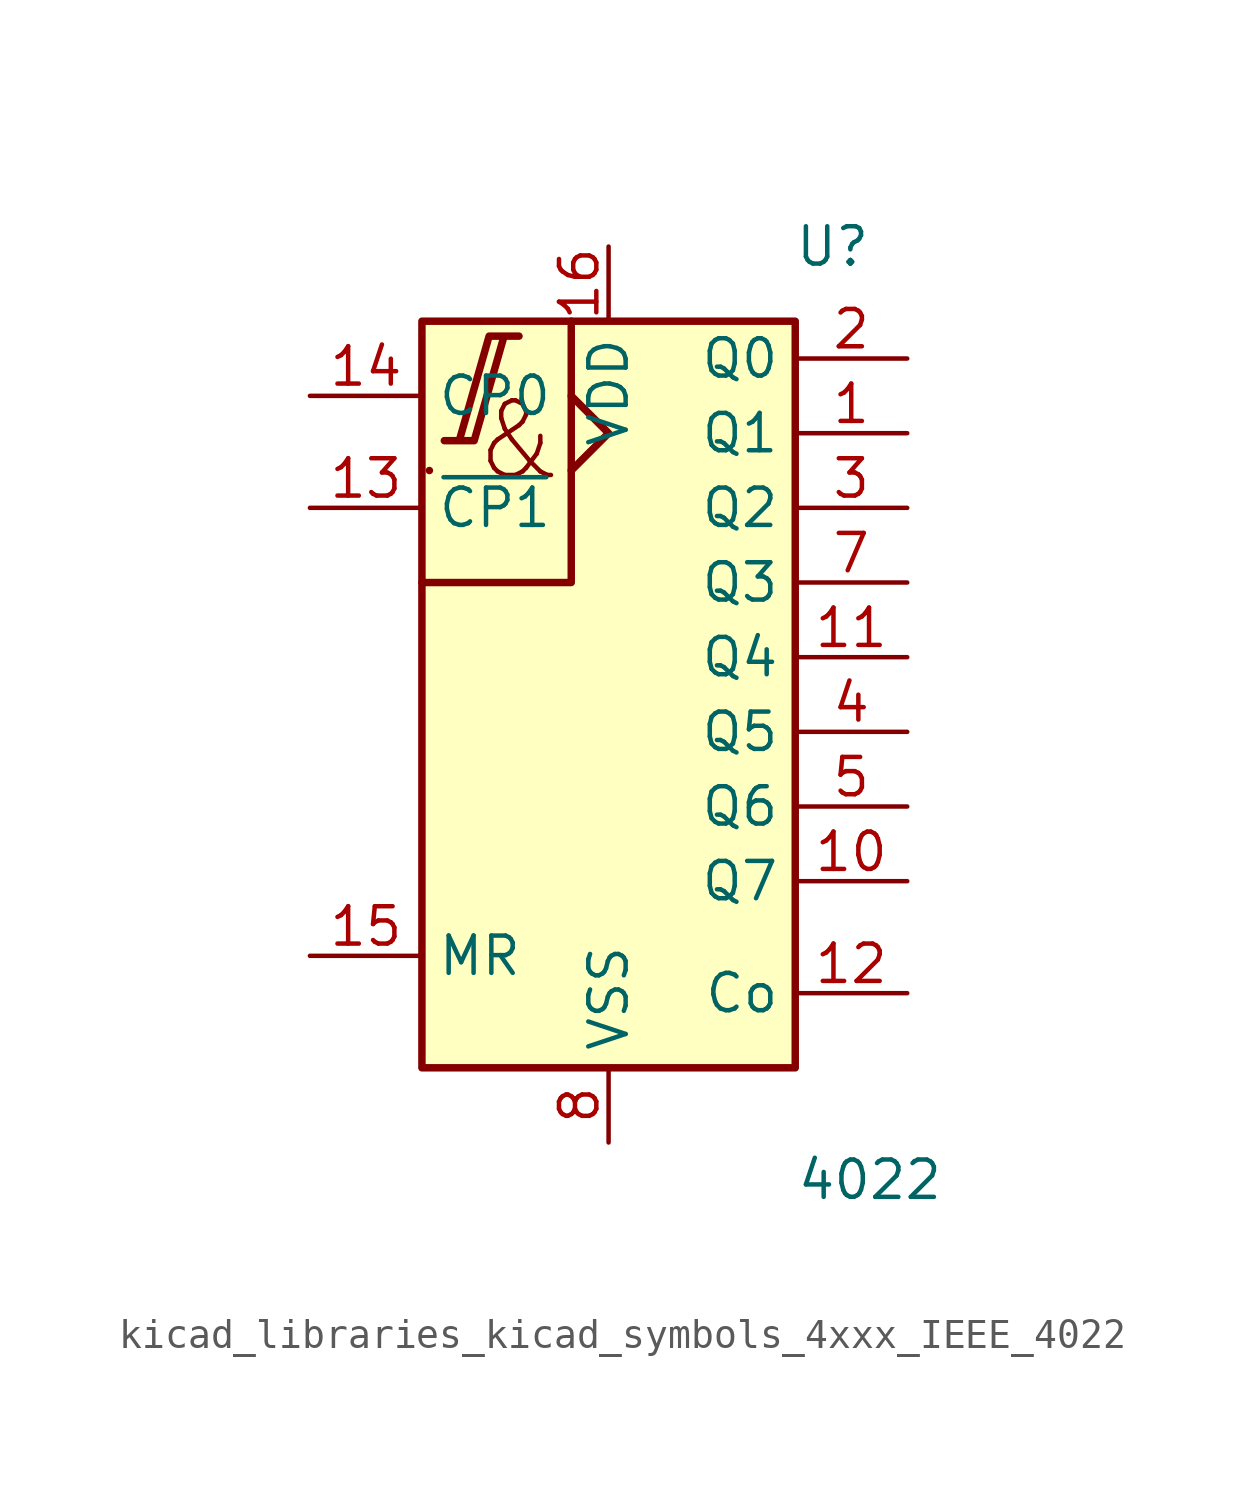
<source format=kicad_sym>
(kicad_symbol_lib
  (version 20220914)
  (generator kicad_symbol_editor)
  (symbol "kicad_libraries_kicad_symbols_4xxx_IEEE_4022"
    (property "Reference" "U"
      (at 7.62 15.24 0)
      (effects (font (size 1.27 1.27))))
    (property "Value" "4022"
      (at 8.89 -16.51 0)
      (effects (font (size 1.27 1.27))))
    (symbol "kicad_libraries_kicad_symbols_4xxx_IEEE_4022_0_0"
      (polyline (pts (xy -6.096 7.62) (xy -6.096 7.62) (xy -6.096 7.62) (xy -6.096 7.62)) (stroke (width 0.254) (type default)) (fill (type background)))
      (polyline (pts (xy -1.27 10.16) (xy 0 8.89) (xy -1.27 7.62) (xy -1.27 7.62)) (stroke (width 0.254) (type default)) (fill (type background)))
      (polyline (pts (xy -1.27 12.7) (xy -1.27 3.81) (xy -6.35 3.81) (xy -6.35 3.81)) (stroke (width 0.254) (type default)) (fill (type background)))
      (polyline (pts (xy -5.588 8.636) (xy -4.572 8.636) (xy -3.556 12.192) (xy -3.048 12.192) (xy -4.064 12.192) (xy -5.08 8.636) (xy -5.08 8.636)) (stroke (width 0.254) (type default)) (fill (type background)))
      (text "&" (at -3.048 8.636 0) (effects (font (size 2.54 2.54))))
      (pin power_in line (at 0 15.24 270) (length 2.54) (name "VDD" (effects (font (size 1.27 1.27)))) (number "16" (effects (font (size 1.27 1.27)))))
      (pin power_in line (at 0 -15.24 90) (length 2.54) (name "VSS" (effects (font (size 1.27 1.27)))) (number "8" (effects (font (size 1.27 1.27))))))
    (symbol "kicad_libraries_kicad_symbols_4xxx_IEEE_4022_0_1"
      (rectangle (start -6.35 12.7) (end 6.35 -12.7) (stroke (width 0.254) (type default)) (fill (type background))))
    (symbol "kicad_libraries_kicad_symbols_4xxx_IEEE_4022_1_1"
      (pin output line (at 10.16 8.89 180) (length 3.81) (name "Q1" (effects (font (size 1.27 1.27)))) (number "1" (effects (font (size 1.27 1.27)))))
      (pin output line (at 10.16 -6.35 180) (length 3.81) (name "Q7" (effects (font (size 1.27 1.27)))) (number "10" (effects (font (size 1.27 1.27)))))
      (pin output line (at 10.16 1.27 180) (length 3.81) (name "Q4" (effects (font (size 1.27 1.27)))) (number "11" (effects (font (size 1.27 1.27)))))
      (pin output line (at 10.16 -10.16 180) (length 3.81) (name "Co" (effects (font (size 1.27 1.27)))) (number "12" (effects (font (size 1.27 1.27)))))
      (pin input line (at -10.16 6.35 0) (length 3.81) (name "~{CP1}" (effects (font (size 1.27 1.27)))) (number "13" (effects (font (size 1.27 1.27)))))
      (pin output line (at -10.16 10.16 0) (length 3.81) (name "CP0" (effects (font (size 1.27 1.27)))) (number "14" (effects (font (size 1.27 1.27)))))
      (pin input line (at -10.16 -8.89 0) (length 3.81) (name "MR" (effects (font (size 1.27 1.27)))) (number "15" (effects (font (size 1.27 1.27)))))
      (pin output line (at 10.16 11.43 180) (length 3.81) (name "Q0" (effects (font (size 1.27 1.27)))) (number "2" (effects (font (size 1.27 1.27)))))
      (pin output line (at 10.16 6.35 180) (length 3.81) (name "Q2" (effects (font (size 1.27 1.27)))) (number "3" (effects (font (size 1.27 1.27)))))
      (pin output line (at 10.16 -1.27 180) (length 3.81) (name "Q5" (effects (font (size 1.27 1.27)))) (number "4" (effects (font (size 1.27 1.27)))))
      (pin output line (at 10.16 -3.81 180) (length 3.81) (name "Q6" (effects (font (size 1.27 1.27)))) (number "5" (effects (font (size 1.27 1.27)))))
      (pin output line (at 10.16 3.81 180) (length 3.81) (name "Q3" (effects (font (size 1.27 1.27)))) (number "7" (effects (font (size 1.27 1.27))))))))
</source>
